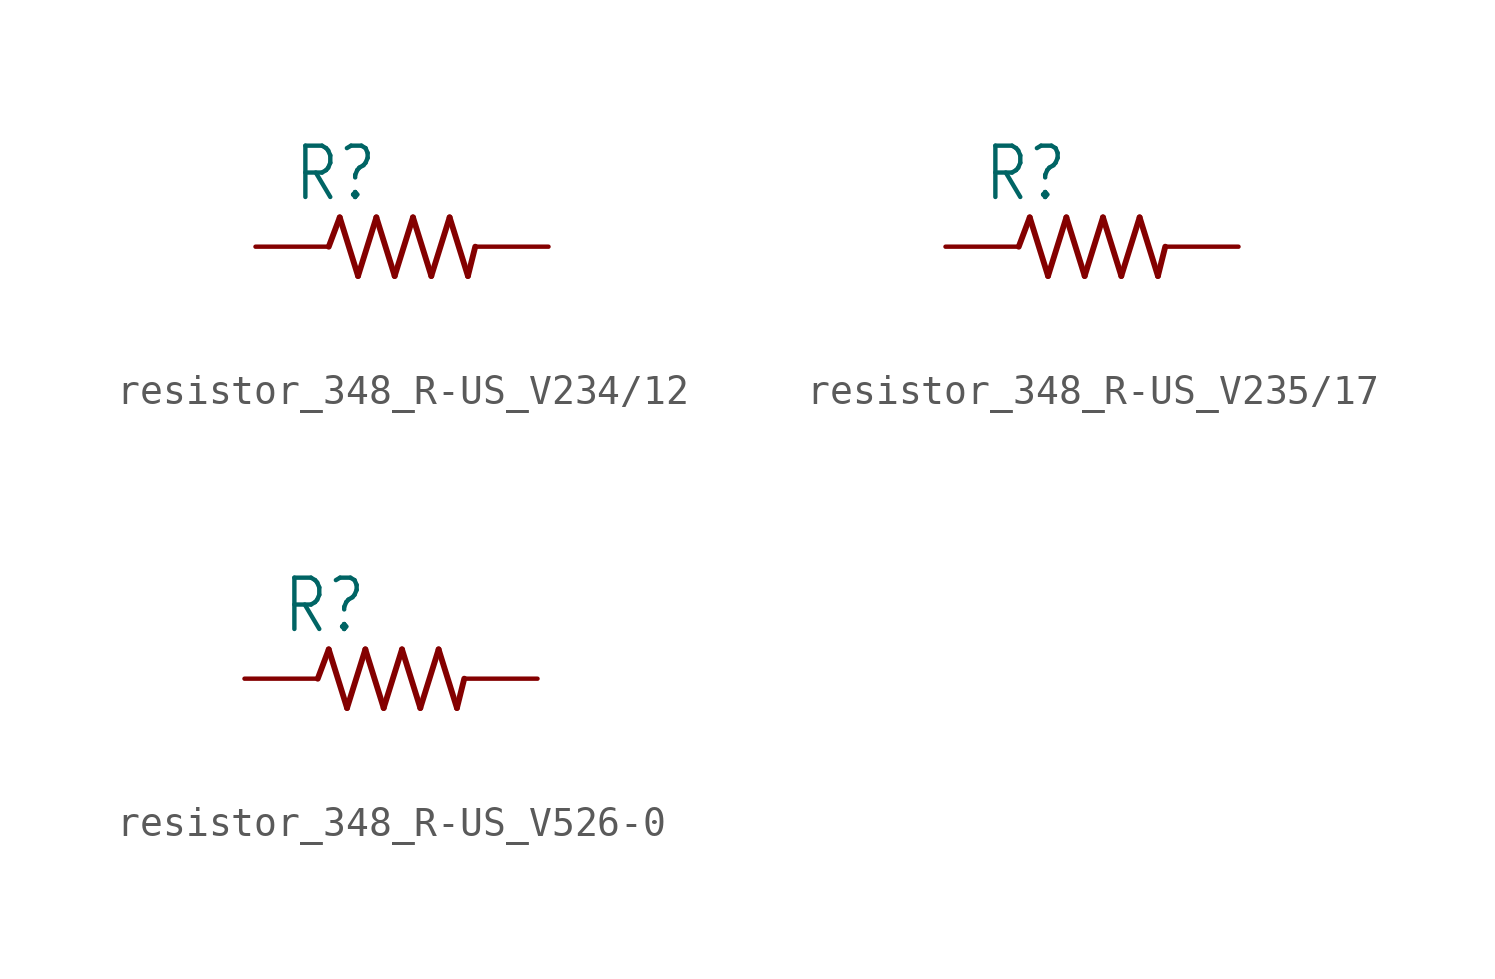
<source format=kicad_sym>
(kicad_symbol_lib
  (version 20241209)
  (generator "kicad_symbol_editor")
  (generator_version "9.0")
  (symbol "resistor_348_R-US_V234/12"
    (property "Reference" "R"
      (at -3.81 1.499 0)
      (effects (font (size 1.778 1.511)) (justify left bottom)))
    (property "Value" ""
      (at -3.81 -3.302 0)
      (effects (font (size 1.778 1.511)) (justify left bottom)))
    (property "ki_locked" ""
      (at 0 0 0)
      (effects (font (size 1.27 1.27))))
    (symbol "resistor_348_R-US_V234/12_1_0"
      (polyline (pts (xy -2.54 0) (xy -2.159 1.016)) (stroke (width 0.203) (type solid)) (fill (type none)))
      (polyline (pts (xy -2.159 1.016) (xy -1.524 -1.016)) (stroke (width 0.203) (type solid)) (fill (type none)))
      (polyline (pts (xy -1.524 -1.016) (xy -0.889 1.016)) (stroke (width 0.203) (type solid)) (fill (type none)))
      (polyline (pts (xy -0.889 1.016) (xy -0.254 -1.016)) (stroke (width 0.203) (type solid)) (fill (type none)))
      (polyline (pts (xy -0.254 -1.016) (xy 0.381 1.016)) (stroke (width 0.203) (type solid)) (fill (type none)))
      (polyline (pts (xy 0.381 1.016) (xy 1.016 -1.016)) (stroke (width 0.203) (type solid)) (fill (type none)))
      (polyline (pts (xy 1.016 -1.016) (xy 1.651 1.016)) (stroke (width 0.203) (type solid)) (fill (type none)))
      (polyline (pts (xy 1.651 1.016) (xy 2.286 -1.016)) (stroke (width 0.203) (type solid)) (fill (type none)))
      (polyline (pts (xy 2.286 -1.016) (xy 2.54 0)) (stroke (width 0.203) (type solid)) (fill (type none)))
      (pin passive line (at -5.08 0 0) (length 2.54) (name "1" (effects (font (size 0 0)))) (number "1" (effects (font (size 0 0)))))
      (pin passive line (at 5.08 0 180) (length 2.54) (name "2" (effects (font (size 0 0)))) (number "2" (effects (font (size 0 0)))))))
  (symbol "resistor_348_R-US_V235/17"
    (property "Reference" "R"
      (at -3.81 1.499 0)
      (effects (font (size 1.778 1.511)) (justify left bottom)))
    (property "Value" ""
      (at -3.81 -3.302 0)
      (effects (font (size 1.778 1.511)) (justify left bottom)))
    (property "ki_locked" ""
      (at 0 0 0)
      (effects (font (size 1.27 1.27))))
    (symbol "resistor_348_R-US_V235/17_1_0"
      (polyline (pts (xy -2.54 0) (xy -2.159 1.016)) (stroke (width 0.203) (type solid)) (fill (type none)))
      (polyline (pts (xy -2.159 1.016) (xy -1.524 -1.016)) (stroke (width 0.203) (type solid)) (fill (type none)))
      (polyline (pts (xy -1.524 -1.016) (xy -0.889 1.016)) (stroke (width 0.203) (type solid)) (fill (type none)))
      (polyline (pts (xy -0.889 1.016) (xy -0.254 -1.016)) (stroke (width 0.203) (type solid)) (fill (type none)))
      (polyline (pts (xy -0.254 -1.016) (xy 0.381 1.016)) (stroke (width 0.203) (type solid)) (fill (type none)))
      (polyline (pts (xy 0.381 1.016) (xy 1.016 -1.016)) (stroke (width 0.203) (type solid)) (fill (type none)))
      (polyline (pts (xy 1.016 -1.016) (xy 1.651 1.016)) (stroke (width 0.203) (type solid)) (fill (type none)))
      (polyline (pts (xy 1.651 1.016) (xy 2.286 -1.016)) (stroke (width 0.203) (type solid)) (fill (type none)))
      (polyline (pts (xy 2.286 -1.016) (xy 2.54 0)) (stroke (width 0.203) (type solid)) (fill (type none)))
      (pin passive line (at -5.08 0 0) (length 2.54) (name "1" (effects (font (size 0 0)))) (number "1" (effects (font (size 0 0)))))
      (pin passive line (at 5.08 0 180) (length 2.54) (name "2" (effects (font (size 0 0)))) (number "2" (effects (font (size 0 0)))))))
  (symbol "resistor_348_R-US_V526-0"
    (property "Reference" "R"
      (at -3.81 1.499 0)
      (effects (font (size 1.778 1.511)) (justify left bottom)))
    (property "Value" ""
      (at -3.81 -3.302 0)
      (effects (font (size 1.778 1.511)) (justify left bottom)))
    (property "ki_locked" ""
      (at 0 0 0)
      (effects (font (size 1.27 1.27))))
    (symbol "resistor_348_R-US_V526-0_1_0"
      (polyline (pts (xy -2.54 0) (xy -2.159 1.016)) (stroke (width 0.203) (type solid)) (fill (type none)))
      (polyline (pts (xy -2.159 1.016) (xy -1.524 -1.016)) (stroke (width 0.203) (type solid)) (fill (type none)))
      (polyline (pts (xy -1.524 -1.016) (xy -0.889 1.016)) (stroke (width 0.203) (type solid)) (fill (type none)))
      (polyline (pts (xy -0.889 1.016) (xy -0.254 -1.016)) (stroke (width 0.203) (type solid)) (fill (type none)))
      (polyline (pts (xy -0.254 -1.016) (xy 0.381 1.016)) (stroke (width 0.203) (type solid)) (fill (type none)))
      (polyline (pts (xy 0.381 1.016) (xy 1.016 -1.016)) (stroke (width 0.203) (type solid)) (fill (type none)))
      (polyline (pts (xy 1.016 -1.016) (xy 1.651 1.016)) (stroke (width 0.203) (type solid)) (fill (type none)))
      (polyline (pts (xy 1.651 1.016) (xy 2.286 -1.016)) (stroke (width 0.203) (type solid)) (fill (type none)))
      (polyline (pts (xy 2.286 -1.016) (xy 2.54 0)) (stroke (width 0.203) (type solid)) (fill (type none)))
      (pin passive line (at -5.08 0 0) (length 2.54) (name "1" (effects (font (size 0 0)))) (number "1" (effects (font (size 0 0)))))
      (pin passive line (at 5.08 0 180) (length 2.54) (name "2" (effects (font (size 0 0)))) (number "2" (effects (font (size 0 0))))))))
</source>
